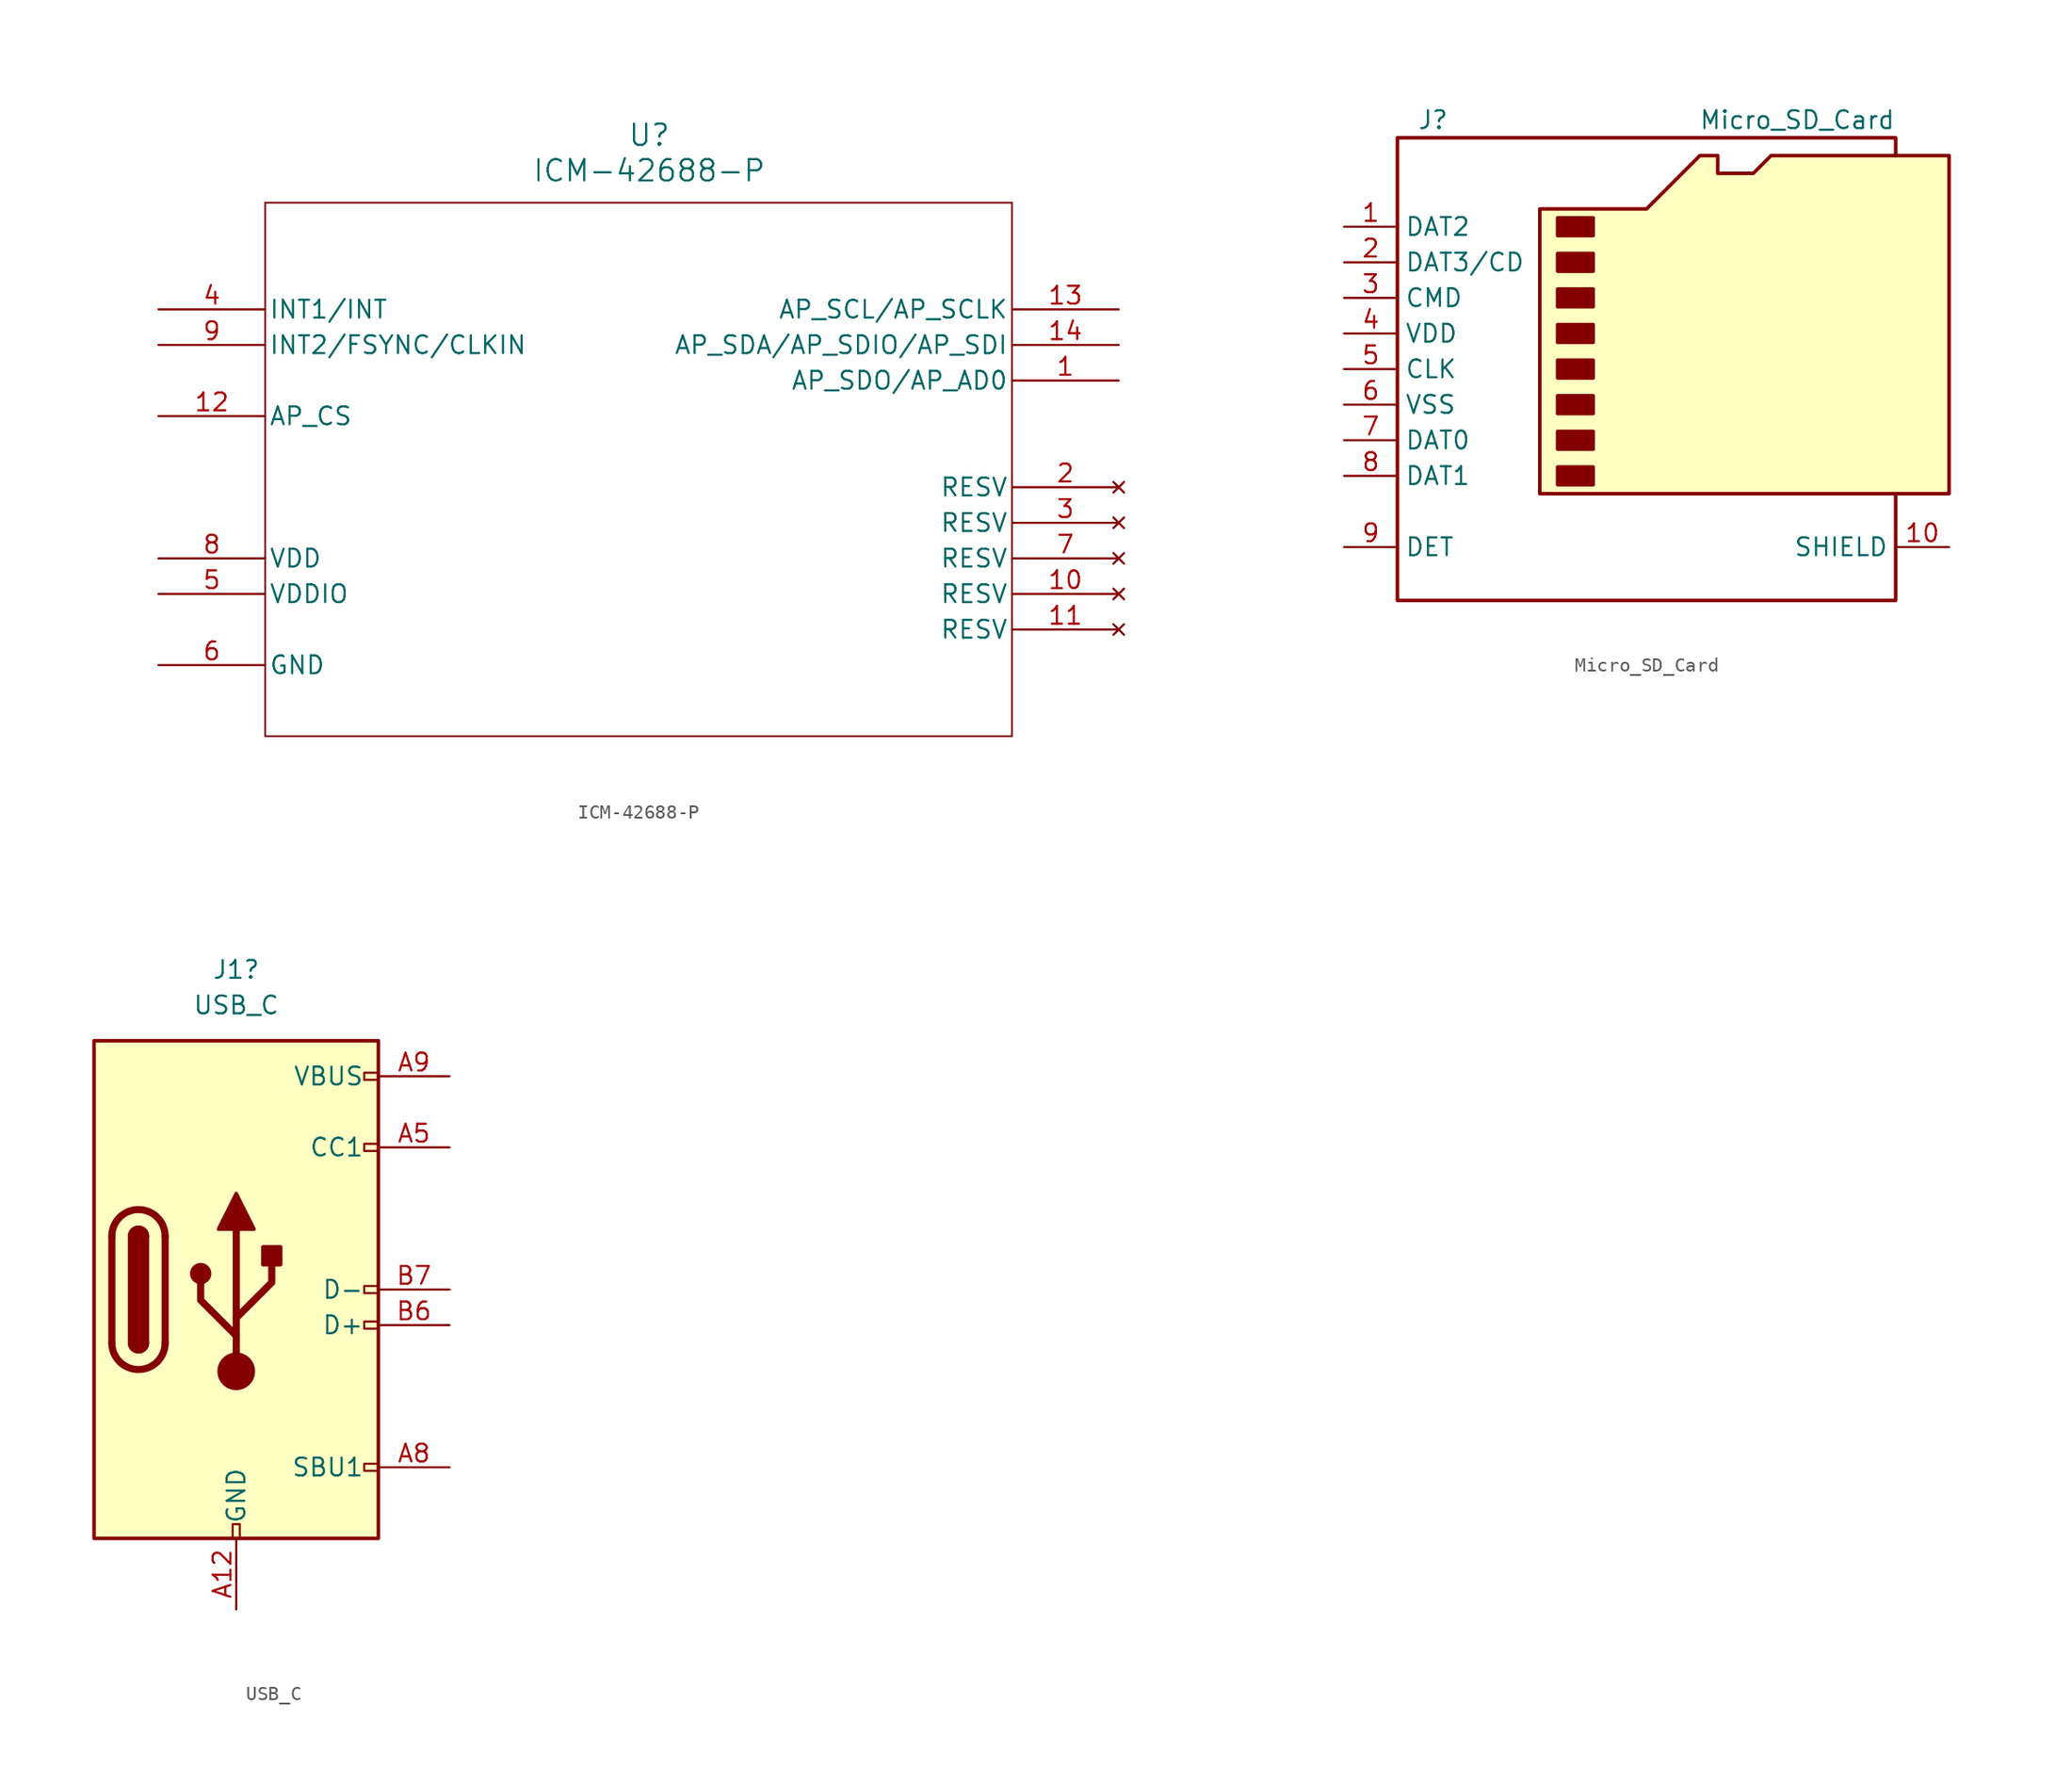
<source format=kicad_sym>
(kicad_symbol_lib
  (version 20241209)
  (generator "kicad_symbol_editor")
  (generator_version "9.0")
  (symbol "ICM-42688-P"
    (pin_names
      (offset 0.254))
    (property "Reference" "U"
      (at 68.072 12.446 0)
      (effects (font (size 1.524 1.524))))
    (property "Value" "ICM-42688-P"
      (at 68.072 9.906 0)
      (effects (font (size 1.524 1.524))))
    (property "ki_locked" ""
      (at 0 0 0)
      (effects (font (size 1.27 1.27))))
    (symbol "ICM-42688-P_0_1"
      (polyline (pts (xy 40.64 7.62) (xy 40.64 -30.48)) (stroke (width 0.127) (type default)) (fill (type none)))
      (polyline (pts (xy 40.64 -30.48) (xy 93.98 -30.48)) (stroke (width 0.127) (type default)) (fill (type none)))
      (polyline (pts (xy 93.98 7.62) (xy 40.64 7.62)) (stroke (width 0.127) (type default)) (fill (type none)))
      (polyline (pts (xy 93.98 -30.48) (xy 93.98 7.62)) (stroke (width 0.127) (type default)) (fill (type none)))
      (pin bidirectional line (at 33.02 0 0) (length 7.62) (name "INT1/INT" (effects (font (size 1.27 1.27)))) (number "4" (effects (font (size 1.27 1.27)))))
      (pin bidirectional line (at 33.02 -2.54 0) (length 7.62) (name "INT2/FSYNC/CLKIN" (effects (font (size 1.27 1.27)))) (number "9" (effects (font (size 1.27 1.27)))))
      (pin bidirectional line (at 33.02 -7.62 0) (length 7.62) (name "AP_CS" (effects (font (size 1.27 1.27)))) (number "12" (effects (font (size 1.27 1.27)))))
      (pin power_in line (at 33.02 -17.78 0) (length 7.62) (name "VDD" (effects (font (size 1.27 1.27)))) (number "8" (effects (font (size 1.27 1.27)))))
      (pin power_in line (at 33.02 -20.32 0) (length 7.62) (name "VDDIO" (effects (font (size 1.27 1.27)))) (number "5" (effects (font (size 1.27 1.27)))))
      (pin power_out line (at 33.02 -25.4 0) (length 7.62) (name "GND" (effects (font (size 1.27 1.27)))) (number "6" (effects (font (size 1.27 1.27)))))
      (pin bidirectional line (at 101.6 0 180) (length 7.62) (name "AP_SCL/AP_SCLK" (effects (font (size 1.27 1.27)))) (number "13" (effects (font (size 1.27 1.27)))))
      (pin bidirectional line (at 101.6 -2.54 180) (length 7.62) (name "AP_SDA/AP_SDIO/AP_SDI" (effects (font (size 1.27 1.27)))) (number "14" (effects (font (size 1.27 1.27)))))
      (pin output line (at 101.6 -5.08 180) (length 7.62) (name "AP_SDO/AP_AD0" (effects (font (size 1.27 1.27)))) (number "1" (effects (font (size 1.27 1.27)))))
      (pin no_connect line (at 101.6 -12.7 180) (length 7.62) (name "RESV" (effects (font (size 1.27 1.27)))) (number "2" (effects (font (size 1.27 1.27)))))
      (pin no_connect line (at 101.6 -15.24 180) (length 7.62) (name "RESV" (effects (font (size 1.27 1.27)))) (number "3" (effects (font (size 1.27 1.27)))))
      (pin no_connect line (at 101.6 -17.78 180) (length 7.62) (name "RESV" (effects (font (size 1.27 1.27)))) (number "7" (effects (font (size 1.27 1.27)))))
      (pin no_connect line (at 101.6 -20.32 180) (length 7.62) (name "RESV" (effects (font (size 1.27 1.27)))) (number "10" (effects (font (size 1.27 1.27)))))
      (pin no_connect line (at 101.6 -22.86 180) (length 7.62) (name "RESV" (effects (font (size 1.27 1.27)))) (number "11" (effects (font (size 1.27 1.27)))))))
  (symbol "Micro_SD_Card"
    (property "Reference" "J"
      (at -16.51 17.78 0)
      (effects (font (size 1.27 1.27))))
    (property "Value" "Micro_SD_Card"
      (at 16.51 17.78 0)
      (effects (font (size 1.27 1.27)) (justify right)))
    (symbol "Micro_SD_Card_0_1"
      (polyline (pts (xy -8.89 -8.89) (xy -8.89 11.43) (xy -1.27 11.43) (xy 2.54 15.24) (xy 3.81 15.24) (xy 3.81 13.97) (xy 6.35 13.97) (xy 7.62 15.24) (xy 20.32 15.24) (xy 20.32 -8.89) (xy -8.89 -8.89)) (stroke (width 0.254) (type default)) (fill (type background)))
      (rectangle (start -7.62 10.795) (end -5.08 9.525) (stroke (width 0.254) (type default)) (fill (type outline)))
      (rectangle (start -7.62 8.255) (end -5.08 6.985) (stroke (width 0.254) (type default)) (fill (type outline)))
      (rectangle (start -7.62 5.715) (end -5.08 4.445) (stroke (width 0.254) (type default)) (fill (type outline)))
      (rectangle (start -7.62 3.175) (end -5.08 1.905) (stroke (width 0.254) (type default)) (fill (type outline)))
      (rectangle (start -7.62 0.635) (end -5.08 -0.635) (stroke (width 0.254) (type default)) (fill (type outline)))
      (rectangle (start -7.62 -1.905) (end -5.08 -3.175) (stroke (width 0.254) (type default)) (fill (type outline)))
      (rectangle (start -7.62 -4.445) (end -5.08 -5.715) (stroke (width 0.254) (type default)) (fill (type outline)))
      (rectangle (start -7.62 -6.985) (end -5.08 -8.255) (stroke (width 0.254) (type default)) (fill (type outline)))
      (polyline (pts (xy 16.51 15.24) (xy 16.51 16.51) (xy -19.05 16.51) (xy -19.05 -16.51) (xy 16.51 -16.51) (xy 16.51 -8.89)) (stroke (width 0.254) (type default)) (fill (type none))))
    (symbol "Micro_SD_Card_1_1"
      (pin bidirectional line (at -22.86 10.16 0) (length 3.81) (name "DAT2" (effects (font (size 1.27 1.27)))) (number "1" (effects (font (size 1.27 1.27)))))
      (pin bidirectional line (at -22.86 7.62 0) (length 3.81) (name "DAT3/CD" (effects (font (size 1.27 1.27)))) (number "2" (effects (font (size 1.27 1.27)))))
      (pin input line (at -22.86 5.08 0) (length 3.81) (name "CMD" (effects (font (size 1.27 1.27)))) (number "3" (effects (font (size 1.27 1.27)))))
      (pin power_in line (at -22.86 2.54 0) (length 3.81) (name "VDD" (effects (font (size 1.27 1.27)))) (number "4" (effects (font (size 1.27 1.27)))))
      (pin input line (at -22.86 0 0) (length 3.81) (name "CLK" (effects (font (size 1.27 1.27)))) (number "5" (effects (font (size 1.27 1.27)))))
      (pin power_in line (at -22.86 -2.54 0) (length 3.81) (name "VSS" (effects (font (size 1.27 1.27)))) (number "6" (effects (font (size 1.27 1.27)))))
      (pin bidirectional line (at -22.86 -5.08 0) (length 3.81) (name "DAT0" (effects (font (size 1.27 1.27)))) (number "7" (effects (font (size 1.27 1.27)))))
      (pin bidirectional line (at -22.86 -7.62 0) (length 3.81) (name "DAT1" (effects (font (size 1.27 1.27)))) (number "8" (effects (font (size 1.27 1.27)))))
      (pin passive line (at -22.86 -12.7 0) (length 3.81) (name "DET" (effects (font (size 1.27 1.27)))) (number "9" (effects (font (size 1.27 1.27)))))
      (pin passive line (at 20.32 -12.7 180) (length 3.81) (name "SHIELD" (effects (font (size 1.27 1.27)))) (number "10" (effects (font (size 1.27 1.27)))))
      (pin passive line (at 20.32 -12.7 180) (length 3.81) (hide yes) (name "SHIELD" (effects (font (size 1.27 1.27)))) (number "G1" (effects (font (size 1.27 1.27)))))
      (pin passive line (at 20.32 -12.7 180) (length 3.81) (hide yes) (name "SHIELD" (effects (font (size 1.27 1.27)))) (number "G2" (effects (font (size 1.27 1.27)))))
      (pin passive line (at 20.32 -12.7 180) (length 3.81) (hide yes) (name "SHIELD" (effects (font (size 1.27 1.27)))) (number "G3" (effects (font (size 1.27 1.27)))))
      (pin passive line (at 20.32 -12.7 180) (length 3.81) (hide yes) (name "SHIELD" (effects (font (size 1.27 1.27)))) (number "G4" (effects (font (size 1.27 1.27)))))))
  (symbol "USB_C"
    (pin_names
      (offset 1.016))
    (property "Reference" "J1"
      (at 0 22.86 0)
      (effects (font (size 1.27 1.27))))
    (property "Value" "USB_C"
      (at 0 20.32 0)
      (effects (font (size 1.27 1.27))))
    (symbol "USB_C_0_0"
      (rectangle (start -0.254 -17.78) (end 0.254 -16.764) (stroke (width 0) (type default)) (fill (type none)))
      (rectangle (start 10.16 15.494) (end 9.144 14.986) (stroke (width 0) (type default)) (fill (type none)))
      (rectangle (start 10.16 10.414) (end 9.144 9.906) (stroke (width 0) (type default)) (fill (type none)))
      (rectangle (start 10.16 0.254) (end 9.144 -0.254) (stroke (width 0) (type default)) (fill (type none)))
      (rectangle (start 10.16 -2.286) (end 9.144 -2.794) (stroke (width 0) (type default)) (fill (type none)))
      (rectangle (start 10.16 -12.446) (end 9.144 -12.954) (stroke (width 0) (type default)) (fill (type none))))
    (symbol "USB_C_0_1"
      (rectangle (start -10.16 17.78) (end 10.16 -17.78) (stroke (width 0.254) (type default)) (fill (type background)))
      (polyline (pts (xy -8.89 -3.81) (xy -8.89 3.81)) (stroke (width 0.508) (type default)) (fill (type none)))
      (rectangle (start -7.62 -3.81) (end -6.35 3.81) (stroke (width 0.254) (type default)) (fill (type outline)))
      (arc (start -7.62 3.81) (mid -6.985 4.4423) (end -6.35 3.81) (stroke (width 0.254) (type default)) (fill (type none)))
      (arc (start -7.62 3.81) (mid -6.985 4.4423) (end -6.35 3.81) (stroke (width 0.254) (type default)) (fill (type outline)))
      (arc (start -8.89 3.81) (mid -6.985 5.7067) (end -5.08 3.81) (stroke (width 0.508) (type default)) (fill (type none)))
      (arc (start -5.08 -3.81) (mid -6.985 -5.7067) (end -8.89 -3.81) (stroke (width 0.508) (type default)) (fill (type none)))
      (arc (start -6.35 -3.81) (mid -6.985 -4.4423) (end -7.62 -3.81) (stroke (width 0.254) (type default)) (fill (type none)))
      (arc (start -6.35 -3.81) (mid -6.985 -4.4423) (end -7.62 -3.81) (stroke (width 0.254) (type default)) (fill (type outline)))
      (polyline (pts (xy -5.08 3.81) (xy -5.08 -3.81)) (stroke (width 0.508) (type default)) (fill (type none)))
      (circle (center -2.54 1.143) (radius 0.635) (stroke (width 0.254) (type default)) (fill (type outline)))
      (polyline (pts (xy -1.27 4.318) (xy 0 6.858) (xy 1.27 4.318) (xy -1.27 4.318)) (stroke (width 0.254) (type default)) (fill (type outline)))
      (polyline (pts (xy 0 -2.032) (xy 2.54 0.508) (xy 2.54 1.778)) (stroke (width 0.508) (type default)) (fill (type none)))
      (polyline (pts (xy 0 -3.302) (xy -2.54 -0.762) (xy -2.54 0.508)) (stroke (width 0.508) (type default)) (fill (type none)))
      (polyline (pts (xy 0 -5.842) (xy 0 4.318)) (stroke (width 0.508) (type default)) (fill (type none)))
      (circle (center 0 -5.842) (radius 1.27) (stroke (width 0) (type default)) (fill (type outline)))
      (rectangle (start 1.905 1.778) (end 3.175 3.048) (stroke (width 0.254) (type default)) (fill (type outline))))
    (symbol "USB_C_1_1"
      (pin passive line (at 0 -22.86 90) (length 5.08) (hide yes) (name "GND" (effects (font (size 1.27 1.27)))) (number "1" (effects (font (size 1.27 1.27)))))
      (pin passive line (at 0 -22.86 90) (length 5.08) (hide yes) (name "GND" (effects (font (size 1.27 1.27)))) (number "2" (effects (font (size 1.27 1.27)))))
      (pin passive line (at 0 -22.86 90) (length 5.08) (name "GND" (effects (font (size 1.27 1.27)))) (number "A12" (effects (font (size 1.27 1.27)))))
      (pin passive line (at 0 -22.86 90) (length 5.08) (hide yes) (name "GND" (effects (font (size 1.27 1.27)))) (number "B12" (effects (font (size 1.27 1.27)))))
      (pin passive line (at 15.24 15.24 180) (length 5.08) (name "VBUS" (effects (font (size 1.27 1.27)))) (number "A9" (effects (font (size 1.27 1.27)))))
      (pin passive line (at 15.24 15.24 180) (length 5.08) (hide yes) (name "VBUS" (effects (font (size 1.27 1.27)))) (number "B9" (effects (font (size 1.27 1.27)))))
      (pin bidirectional line (at 15.24 10.16 180) (length 5.08) (name "CC1" (effects (font (size 1.27 1.27)))) (number "A5" (effects (font (size 1.27 1.27)))))
      (pin bidirectional line (at 15.24 0 180) (length 5.08) (name "D-" (effects (font (size 1.27 1.27)))) (number "B7" (effects (font (size 1.27 1.27)))))
      (pin bidirectional line (at 15.24 -2.54 180) (length 5.08) (name "D+" (effects (font (size 1.27 1.27)))) (number "B6" (effects (font (size 1.27 1.27)))))
      (pin bidirectional line (at 15.24 -12.7 180) (length 5.08) (name "SBU1" (effects (font (size 1.27 1.27)))) (number "A8" (effects (font (size 1.27 1.27))))))))
</source>
